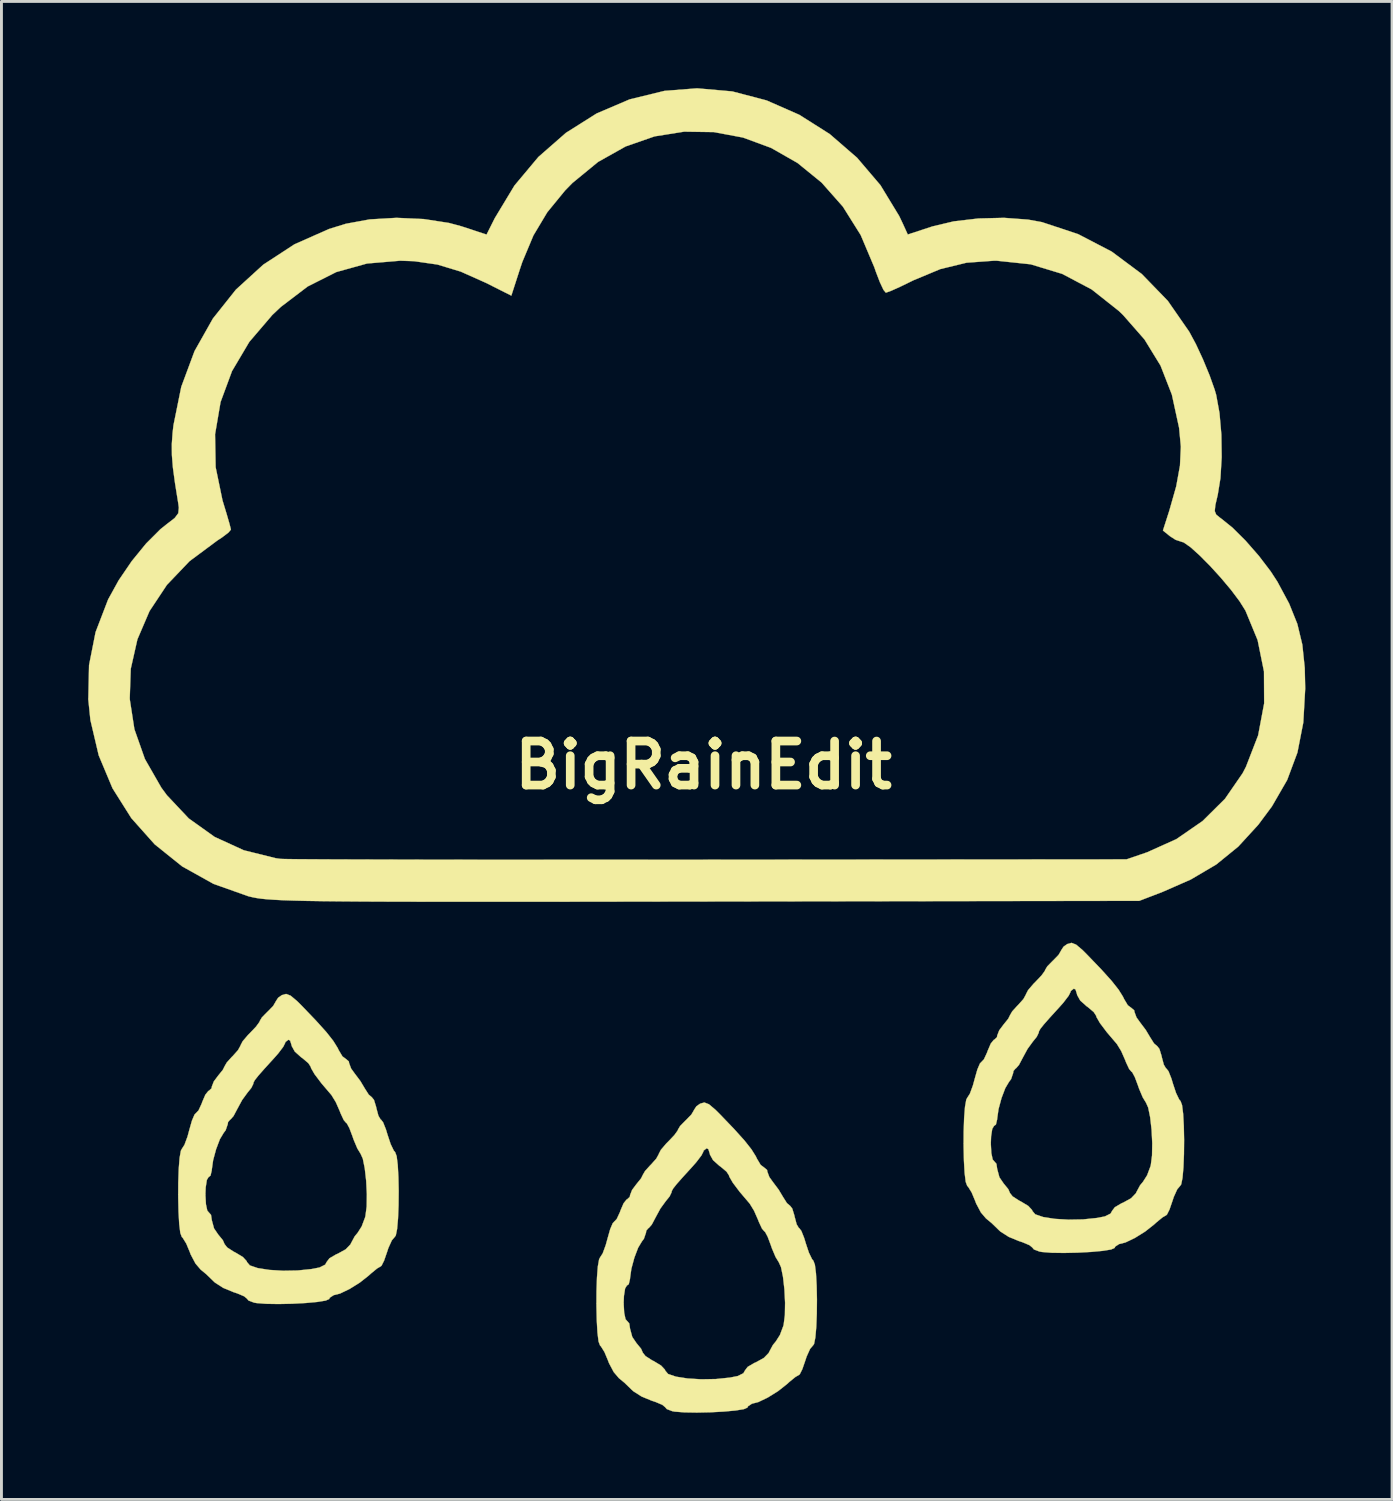
<source format=kicad_pcb>
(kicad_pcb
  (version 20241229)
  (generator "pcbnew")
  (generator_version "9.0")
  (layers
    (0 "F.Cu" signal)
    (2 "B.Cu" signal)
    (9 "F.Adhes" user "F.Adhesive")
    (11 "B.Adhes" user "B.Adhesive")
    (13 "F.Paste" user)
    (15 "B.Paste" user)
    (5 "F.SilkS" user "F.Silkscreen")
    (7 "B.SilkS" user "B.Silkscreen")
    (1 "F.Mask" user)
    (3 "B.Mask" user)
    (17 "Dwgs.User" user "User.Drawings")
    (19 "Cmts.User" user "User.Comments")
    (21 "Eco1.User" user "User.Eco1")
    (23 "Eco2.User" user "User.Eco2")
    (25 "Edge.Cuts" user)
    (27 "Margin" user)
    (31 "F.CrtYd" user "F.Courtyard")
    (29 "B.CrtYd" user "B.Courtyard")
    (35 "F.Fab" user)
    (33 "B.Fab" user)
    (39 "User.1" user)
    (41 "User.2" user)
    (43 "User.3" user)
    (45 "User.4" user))
  (footprint "BigRainEdit"
    (layer "F.Cu")
    (at 21.283 23.417)
    (property "Reference" "BigRainEdit" (at 0 0 0) (layer "F.SilkS") (effects (font (size 1.524 1.524) (thickness 0.3))))
    (attr through_hole)
    (fp_poly (pts (xy -14.278 7.974) (xy -14.053 8.164) (xy -13.892 8.325) (xy -13.401 8.837) (xy -13.047 9.23) (xy -12.807 9.534) (xy -12.655 9.778) (xy -12.618 9.856) (xy -12.489 10.072) (xy -12.371 10.16) (xy -12.267 10.248) (xy -12.258 10.305) (xy -12.189 10.492) (xy -12.065 10.664) (xy -11.867 10.927) (xy -11.715 11.182) (xy -11.58 11.394) (xy -11.473 11.485) (xy -11.472 11.485) (xy -11.396 11.582) (xy -11.323 11.819) (xy -11.312 11.872) (xy -11.244 12.126) (xy -11.168 12.255) (xy -11.156 12.258) (xy -11.081 12.355) (xy -10.983 12.601) (xy -10.928 12.783) (xy -10.821 13.105) (xy -10.712 13.332) (xy -10.665 13.386) (xy -10.613 13.525) (xy -10.575 13.829) (xy -10.552 14.247) (xy -10.542 14.728) (xy -10.547 15.222) (xy -10.565 15.677) (xy -10.597 16.042) (xy -10.642 16.267) (xy -10.674 16.313) (xy -10.779 16.437) (xy -10.898 16.699) (xy -10.947 16.847) (xy -11.047 17.137) (xy -11.136 17.314) (xy -11.166 17.338) (xy -11.286 17.407) (xy -11.497 17.58) (xy -11.58 17.655) (xy -11.885 17.896) (xy -12.24 18.118) (xy -12.571 18.277) (xy -12.79 18.332) (xy -12.924 18.419) (xy -12.947 18.467) (xy -13.068 18.52) (xy -13.356 18.567) (xy -13.759 18.604) (xy -14.224 18.629) (xy -14.697 18.639) (xy -15.127 18.632) (xy -15.459 18.606) (xy -15.544 18.591) (xy -15.737 18.518) (xy -15.792 18.452) (xy -15.888 18.372) (xy -16.129 18.27) (xy -16.26 18.227) (xy -16.608 18.083) (xy -16.896 17.899) (xy -16.951 17.848) (xy -17.198 17.608) (xy -17.394 17.446) (xy -17.571 17.239) (xy -17.736 16.927) (xy -17.768 16.841) (xy -17.891 16.547) (xy -18.013 16.35) (xy -18.044 16.32) (xy -18.096 16.181) (xy -18.134 15.872) (xy -18.158 15.446) (xy -18.169 14.952) (xy -18.169 14.853) (xy -17.228 14.853) (xy -17.21 15.186) (xy -17.163 15.407) (xy -17.117 15.461) (xy -17.034 15.555) (xy -17.007 15.737) (xy -16.93 16.023) (xy -16.786 16.234) (xy -16.624 16.432) (xy -16.565 16.567) (xy -16.475 16.682) (xy -16.251 16.827) (xy -16.179 16.864) (xy -15.93 17.014) (xy -15.799 17.157) (xy -15.792 17.185) (xy -15.69 17.304) (xy -15.416 17.397) (xy -15.018 17.459) (xy -14.543 17.488) (xy -14.039 17.479) (xy -13.554 17.429) (xy -13.28 17.375) (xy -13.086 17.278) (xy -13.031 17.181) (xy -12.938 17.058) (xy -12.708 16.923) (xy -12.646 16.897) (xy -12.375 16.747) (xy -12.208 16.573) (xy -12.197 16.546) (xy -12.065 16.3) (xy -11.962 16.175) (xy -11.822 15.954) (xy -11.704 15.64) (xy -11.693 15.594) (xy -11.65 15.267) (xy -11.644 14.84) (xy -11.667 14.378) (xy -11.716 13.946) (xy -11.784 13.609) (xy -11.861 13.44) (xy -11.973 13.257) (xy -12.1 12.957) (xy -12.141 12.838) (xy -12.247 12.556) (xy -12.337 12.389) (xy -12.364 12.369) (xy -12.443 12.276) (xy -12.551 12.045) (xy -12.579 11.971) (xy -12.717 11.657) (xy -12.867 11.412) (xy -12.885 11.391) (xy -13.214 11.005) (xy -13.453 10.688) (xy -13.574 10.478) (xy -13.584 10.436) (xy -13.668 10.307) (xy -13.873 10.133) (xy -13.915 10.105) (xy -14.136 9.907) (xy -14.244 9.713) (xy -14.246 9.691) (xy -14.298 9.527) (xy -14.357 9.497) (xy -14.464 9.58) (xy -14.467 9.606) (xy -14.536 9.743) (xy -14.713 9.976) (xy -14.849 10.13) (xy -15.186 10.5) (xy -15.399 10.742) (xy -15.516 10.89) (xy -15.564 10.978) (xy -15.571 11.023) (xy -15.639 11.163) (xy -15.771 11.326) (xy -15.957 11.581) (xy -16.127 11.895) (xy -16.129 11.899) (xy -16.255 12.137) (xy -16.359 12.255) (xy -16.371 12.258) (xy -16.446 12.348) (xy -16.455 12.416) (xy -16.527 12.627) (xy -16.597 12.72) (xy -16.727 12.937) (xy -16.858 13.283) (xy -16.961 13.664) (xy -17.007 13.989) (xy -17.007 14.01) (xy -17.051 14.198) (xy -17.117 14.246) (xy -17.178 14.346) (xy -17.218 14.604) (xy -17.228 14.853) (xy -18.169 14.853) (xy -18.167 14.444) (xy -18.151 13.971) (xy -18.121 13.585) (xy -18.077 13.337) (xy -18.045 13.276) (xy -17.952 13.131) (xy -17.846 12.844) (xy -17.785 12.617) (xy -17.694 12.296) (xy -17.604 12.085) (xy -17.557 12.037) (xy -17.466 11.943) (xy -17.359 11.711) (xy -17.338 11.651) (xy -17.23 11.399) (xy -17.126 11.269) (xy -17.109 11.264) (xy -17.015 11.176) (xy -17.007 11.12) (xy -16.937 10.939) (xy -16.786 10.738) (xy -16.626 10.54) (xy -16.563 10.413) (xy -16.489 10.285) (xy -16.311 10.088) (xy -16.287 10.066) (xy -16.101 9.858) (xy -16.014 9.701) (xy -16.013 9.691) (xy -15.939 9.549) (xy -15.755 9.333) (xy -15.682 9.26) (xy -15.475 9.042) (xy -15.359 8.882) (xy -15.35 8.854) (xy -15.275 8.727) (xy -15.091 8.539) (xy -15.074 8.524) (xy -14.885 8.33) (xy -14.799 8.183) (xy -14.798 8.177) (xy -14.712 8.045) (xy -14.583 7.954) (xy -14.437 7.913) (xy -14.278 7.974)) (stroke (width 0.01) (type solid)) (fill yes) (layer "F.SilkS"))
    (fp_poly (pts (xy 0.189 11.729) (xy 0.414 11.919) (xy 0.574 12.079) (xy 1.066 12.592) (xy 1.42 12.985) (xy 1.66 13.289) (xy 1.812 13.532) (xy 1.849 13.611) (xy 1.978 13.827) (xy 2.096 13.915) (xy 2.2 14.003) (xy 2.209 14.06) (xy 2.278 14.246) (xy 2.402 14.419) (xy 2.6 14.682) (xy 2.752 14.936) (xy 2.887 15.149) (xy 2.994 15.24) (xy 2.995 15.24) (xy 3.071 15.336) (xy 3.144 15.574) (xy 3.155 15.627) (xy 3.223 15.881) (xy 3.299 16.009) (xy 3.311 16.013) (xy 3.386 16.11) (xy 3.484 16.356) (xy 3.539 16.538) (xy 3.646 16.86) (xy 3.755 17.086) (xy 3.802 17.141) (xy 3.854 17.28) (xy 3.892 17.584) (xy 3.915 18.002) (xy 3.925 18.483) (xy 3.92 18.976) (xy 3.902 19.431) (xy 3.87 19.797) (xy 3.825 20.022) (xy 3.793 20.068) (xy 3.688 20.191) (xy 3.569 20.454) (xy 3.52 20.602) (xy 3.42 20.892) (xy 3.331 21.069) (xy 3.301 21.093) (xy 3.181 21.162) (xy 2.97 21.334) (xy 2.887 21.41) (xy 2.582 21.651) (xy 2.227 21.872) (xy 1.896 22.031) (xy 1.677 22.087) (xy 1.543 22.174) (xy 1.52 22.221) (xy 1.399 22.275) (xy 1.111 22.322) (xy 0.708 22.359) (xy 0.243 22.384) (xy -0.23 22.394) (xy -0.66 22.387) (xy -0.993 22.361) (xy -1.077 22.346) (xy -1.27 22.272) (xy -1.325 22.207) (xy -1.421 22.127) (xy -1.662 22.025) (xy -1.793 21.982) (xy -2.141 21.838) (xy -2.429 21.654) (xy -2.484 21.603) (xy -2.731 21.363) (xy -2.927 21.201) (xy -3.104 20.993) (xy -3.269 20.681) (xy -3.301 20.596) (xy -3.424 20.302) (xy -3.546 20.104) (xy -3.577 20.075) (xy -3.629 19.936) (xy -3.667 19.627) (xy -3.691 19.201) (xy -3.702 18.707) (xy -3.702 18.608) (xy -2.761 18.608) (xy -2.743 18.941) (xy -2.696 19.162) (xy -2.65 19.216) (xy -2.567 19.31) (xy -2.54 19.492) (xy -2.463 19.777) (xy -2.319 19.989) (xy -2.157 20.187) (xy -2.098 20.322) (xy -2.008 20.437) (xy -1.784 20.582) (xy -1.712 20.618) (xy -1.464 20.769) (xy -1.332 20.911) (xy -1.325 20.939) (xy -1.223 21.059) (xy -0.949 21.152) (xy -0.551 21.214) (xy -0.076 21.243) (xy 0.428 21.234) (xy 0.913 21.184) (xy 1.187 21.13) (xy 1.381 21.033) (xy 1.436 20.936) (xy 1.529 20.813) (xy 1.759 20.678) (xy 1.821 20.652) (xy 2.092 20.501) (xy 2.259 20.328) (xy 2.27 20.3) (xy 2.402 20.055) (xy 2.505 19.929) (xy 2.645 19.709) (xy 2.763 19.395) (xy 2.774 19.349) (xy 2.816 19.022) (xy 2.823 18.595) (xy 2.8 18.133) (xy 2.751 17.701) (xy 2.682 17.364) (xy 2.606 17.195) (xy 2.494 17.012) (xy 2.367 16.712) (xy 2.326 16.593) (xy 2.22 16.311) (xy 2.13 16.143) (xy 2.103 16.123) (xy 2.024 16.03) (xy 1.916 15.799) (xy 1.888 15.726) (xy 1.75 15.412) (xy 1.6 15.167) (xy 1.582 15.146) (xy 1.253 14.759) (xy 1.014 14.442) (xy 0.893 14.232) (xy 0.883 14.191) (xy 0.799 14.062) (xy 0.594 13.888) (xy 0.552 13.86) (xy 0.331 13.662) (xy 0.223 13.468) (xy 0.221 13.445) (xy 0.169 13.282) (xy 0.11 13.252) (xy 0.003 13.335) (xy 0 13.361) (xy -0.069 13.498) (xy -0.246 13.73) (xy -0.382 13.885) (xy -0.719 14.255) (xy -0.932 14.496) (xy -1.049 14.645) (xy -1.097 14.733) (xy -1.104 14.777) (xy -1.172 14.918) (xy -1.304 15.081) (xy -1.49 15.336) (xy -1.66 15.65) (xy -1.662 15.654) (xy -1.788 15.892) (xy -1.892 16.01) (xy -1.904 16.013) (xy -1.979 16.102) (xy -1.988 16.171) (xy -2.06 16.382) (xy -2.13 16.475) (xy -2.26 16.692) (xy -2.391 17.037) (xy -2.494 17.418) (xy -2.54 17.744) (xy -2.54 17.765) (xy -2.584 17.953) (xy -2.65 18.001) (xy -2.711 18.101) (xy -2.751 18.358) (xy -2.761 18.608) (xy -3.702 18.608) (xy -3.7 18.198) (xy -3.684 17.725) (xy -3.654 17.339) (xy -3.61 17.092) (xy -3.578 17.03) (xy -3.485 16.885) (xy -3.38 16.598) (xy -3.318 16.372) (xy -3.227 16.051) (xy -3.137 15.84) (xy -3.09 15.792) (xy -3 15.698) (xy -2.892 15.466) (xy -2.871 15.406) (xy -2.763 15.154) (xy -2.659 15.024) (xy -2.642 15.019) (xy -2.548 14.931) (xy -2.54 14.874) (xy -2.47 14.694) (xy -2.319 14.492) (xy -2.159 14.294) (xy -2.096 14.168) (xy -2.022 14.04) (xy -1.844 13.843) (xy -1.82 13.82) (xy -1.634 13.613) (xy -1.547 13.456) (xy -1.546 13.446) (xy -1.472 13.304) (xy -1.288 13.088) (xy -1.215 13.015) (xy -1.008 12.797) (xy -0.892 12.637) (xy -0.883 12.609) (xy -0.808 12.481) (xy -0.624 12.294) (xy -0.607 12.279) (xy -0.418 12.084) (xy -0.332 11.938) (xy -0.331 11.932) (xy -0.245 11.8) (xy -0.116 11.709) (xy 0.03 11.668) (xy 0.189 11.729)) (stroke (width 0.01) (type solid)) (fill yes) (layer "F.SilkS"))
    (fp_poly (pts (xy 12.889 6.207) (xy 13.114 6.397) (xy 13.274 6.558) (xy 13.766 7.07) (xy 14.12 7.463) (xy 14.36 7.767) (xy 14.512 8.011) (xy 14.549 8.089) (xy 14.678 8.305) (xy 14.796 8.393) (xy 14.9 8.481) (xy 14.909 8.538) (xy 14.978 8.725) (xy 15.102 8.897) (xy 15.3 9.16) (xy 15.452 9.415) (xy 15.587 9.628) (xy 15.694 9.718) (xy 15.695 9.718) (xy 15.771 9.815) (xy 15.844 10.052) (xy 15.855 10.105) (xy 15.923 10.359) (xy 15.999 10.488) (xy 16.011 10.491) (xy 16.086 10.588) (xy 16.184 10.834) (xy 16.239 11.016) (xy 16.346 11.338) (xy 16.455 11.565) (xy 16.502 11.619) (xy 16.554 11.758) (xy 16.592 12.062) (xy 16.615 12.48) (xy 16.625 12.961) (xy 16.62 13.455) (xy 16.602 13.91) (xy 16.57 14.275) (xy 16.525 14.5) (xy 16.493 14.546) (xy 16.388 14.67) (xy 16.269 14.932) (xy 16.22 15.08) (xy 16.12 15.371) (xy 16.031 15.547) (xy 16.001 15.571) (xy 15.881 15.64) (xy 15.67 15.813) (xy 15.587 15.888) (xy 15.282 16.129) (xy 14.927 16.351) (xy 14.596 16.51) (xy 14.377 16.565) (xy 14.243 16.652) (xy 14.22 16.7) (xy 14.099 16.753) (xy 13.811 16.8) (xy 13.408 16.837) (xy 12.943 16.862) (xy 12.47 16.872) (xy 12.04 16.866) (xy 11.707 16.839) (xy 11.623 16.824) (xy 11.43 16.751) (xy 11.375 16.685) (xy 11.279 16.605) (xy 11.038 16.503) (xy 10.907 16.46) (xy 10.559 16.316) (xy 10.271 16.132) (xy 10.216 16.081) (xy 9.969 15.841) (xy 9.773 15.679) (xy 9.596 15.472) (xy 9.431 15.16) (xy 9.399 15.074) (xy 9.276 14.78) (xy 9.154 14.583) (xy 9.123 14.554) (xy 9.071 14.414) (xy 9.033 14.105) (xy 9.009 13.679) (xy 8.998 13.185) (xy 8.998 13.087) (xy 9.939 13.087) (xy 9.957 13.419) (xy 10.004 13.64) (xy 10.05 13.694) (xy 10.133 13.788) (xy 10.16 13.97) (xy 10.237 14.256) (xy 10.381 14.467) (xy 10.543 14.665) (xy 10.602 14.8) (xy 10.692 14.915) (xy 10.916 15.06) (xy 10.988 15.097) (xy 11.236 15.247) (xy 11.368 15.39) (xy 11.375 15.418) (xy 11.477 15.537) (xy 11.751 15.63) (xy 12.149 15.693) (xy 12.624 15.721) (xy 13.128 15.712) (xy 13.613 15.662) (xy 13.887 15.608) (xy 14.081 15.511) (xy 14.136 15.414) (xy 14.229 15.291) (xy 14.459 15.156) (xy 14.521 15.13) (xy 14.792 14.98) (xy 14.959 14.806) (xy 14.97 14.779) (xy 15.102 14.533) (xy 15.205 14.408) (xy 15.345 14.187) (xy 15.463 13.873) (xy 15.474 13.827) (xy 15.516 13.5) (xy 15.523 13.073) (xy 15.5 12.611) (xy 15.451 12.179) (xy 15.382 11.842) (xy 15.306 11.673) (xy 15.194 11.49) (xy 15.067 11.19) (xy 15.026 11.071) (xy 14.92 10.789) (xy 14.83 10.622) (xy 14.803 10.602) (xy 14.724 10.509) (xy 14.616 10.278) (xy 14.588 10.204) (xy 14.45 9.89) (xy 14.3 9.645) (xy 14.282 9.624) (xy 13.953 9.238) (xy 13.714 8.921) (xy 13.593 8.711) (xy 13.583 8.669) (xy 13.499 8.54) (xy 13.294 8.367) (xy 13.252 8.338) (xy 13.031 8.14) (xy 12.923 7.946) (xy 12.921 7.924) (xy 12.869 7.76) (xy 12.81 7.73) (xy 12.703 7.813) (xy 12.7 7.839) (xy 12.631 7.977) (xy 12.454 8.209) (xy 12.318 8.363) (xy 11.981 8.733) (xy 11.768 8.975) (xy 11.651 9.123) (xy 11.603 9.211) (xy 11.596 9.256) (xy 11.528 9.396) (xy 11.396 9.559) (xy 11.21 9.814) (xy 11.04 10.128) (xy 11.038 10.132) (xy 10.912 10.37) (xy 10.808 10.488) (xy 10.796 10.491) (xy 10.721 10.581) (xy 10.712 10.649) (xy 10.64 10.86) (xy 10.57 10.953) (xy 10.44 11.171) (xy 10.309 11.516) (xy 10.206 11.897) (xy 10.16 12.222) (xy 10.16 12.243) (xy 10.116 12.431) (xy 10.05 12.479) (xy 9.989 12.579) (xy 9.949 12.837) (xy 9.939 13.087) (xy 8.998 13.087) (xy 9 12.677) (xy 9.016 12.204) (xy 9.046 11.818) (xy 9.09 11.57) (xy 9.122 11.509) (xy 9.215 11.364) (xy 9.32 11.077) (xy 9.382 10.85) (xy 9.473 10.529) (xy 9.563 10.318) (xy 9.61 10.27) (xy 9.7 10.176) (xy 9.808 9.944) (xy 9.829 9.884) (xy 9.937 9.632) (xy 10.041 9.502) (xy 10.058 9.497) (xy 10.152 9.409) (xy 10.16 9.353) (xy 10.23 9.172) (xy 10.381 8.971) (xy 10.541 8.773) (xy 10.604 8.646) (xy 10.678 8.518) (xy 10.856 8.321) (xy 10.88 8.299) (xy 11.066 8.091) (xy 11.153 7.934) (xy 11.154 7.924) (xy 11.228 7.782) (xy 11.412 7.566) (xy 11.485 7.493) (xy 11.692 7.275) (xy 11.808 7.115) (xy 11.817 7.087) (xy 11.892 6.96) (xy 12.076 6.772) (xy 12.093 6.757) (xy 12.282 6.563) (xy 12.368 6.416) (xy 12.369 6.41) (xy 12.455 6.278) (xy 12.584 6.187) (xy 12.73 6.146) (xy 12.889 6.207)) (stroke (width 0.01) (type solid)) (fill yes) (layer "F.SilkS"))
    (fp_poly (pts (xy 0.995 -23.305) (xy 2.182 -22.994) (xy 3.315 -22.496) (xy 4.367 -21.83) (xy 5.311 -21.013) (xy 6.121 -20.062) (xy 6.771 -18.993) (xy 6.883 -18.758) (xy 7.067 -18.355) (xy 7.923 -18.636) (xy 8.657 -18.81) (xy 9.511 -18.91) (xy 10.397 -18.932) (xy 11.226 -18.871) (xy 11.706 -18.784) (xy 12.962 -18.367) (xy 14.121 -17.764) (xy 15.16 -16.99) (xy 16.061 -16.061) (xy 16.802 -14.993) (xy 17.035 -14.56) (xy 17.28 -14.031) (xy 17.507 -13.481) (xy 17.68 -12.995) (xy 17.734 -12.81) (xy 17.849 -12.179) (xy 17.914 -11.433) (xy 17.925 -10.655) (xy 17.882 -9.928) (xy 17.789 -9.355) (xy 17.706 -8.998) (xy 17.685 -8.789) (xy 17.736 -8.665) (xy 17.867 -8.559) (xy 17.899 -8.537) (xy 18.298 -8.216) (xy 18.753 -7.763) (xy 19.211 -7.239) (xy 19.62 -6.703) (xy 19.852 -6.346) (xy 20.259 -5.588) (xy 20.541 -4.887) (xy 20.714 -4.17) (xy 20.798 -3.365) (xy 20.814 -2.65) (xy 20.748 -1.476) (xy 20.545 -0.438) (xy 20.19 0.513) (xy 19.663 1.426) (xy 19.19 2.062) (xy 18.499 2.816) (xy 17.738 3.435) (xy 16.856 3.955) (xy 15.885 4.381) (xy 15.074 4.693) (xy 0.055 4.716) (xy -2.072 4.719) (xy -3.989 4.722) (xy -5.709 4.724) (xy -7.242 4.724) (xy -8.601 4.724) (xy -9.796 4.723) (xy -10.84 4.721) (xy -11.743 4.717) (xy -12.518 4.711) (xy -13.175 4.704) (xy -13.727 4.695) (xy -14.184 4.684) (xy -14.559 4.671) (xy -14.862 4.655) (xy -15.106 4.638) (xy -15.302 4.618) (xy -15.461 4.595) (xy -15.595 4.569) (xy -15.715 4.541) (xy -15.752 4.531) (xy -16.948 4.106) (xy -18.03 3.503) (xy -18.983 2.738) (xy -19.791 1.831) (xy -20.441 0.8) (xy -20.918 -0.337) (xy -21.206 -1.561) (xy -21.278 -2.264) (xy -21.278 -2.29) (xy -19.846 -2.29) (xy -19.684 -1.243) (xy -19.321 -0.213) (xy -18.753 0.778) (xy -18.559 1.041) (xy -17.804 1.843) (xy -16.909 2.482) (xy -15.899 2.944) (xy -14.795 3.218) (xy -14.633 3.241) (xy -14.483 3.246) (xy -14.126 3.251) (xy -13.575 3.255) (xy -12.843 3.259) (xy -11.943 3.262) (xy -10.889 3.265) (xy -9.694 3.268) (xy -8.371 3.27) (xy -6.934 3.271) (xy -5.396 3.272) (xy -3.77 3.272) (xy -2.07 3.272) (xy -0.309 3.271) (xy 0.166 3.27) (xy 14.633 3.258) (xy 15.35 3.012) (xy 16.356 2.559) (xy 17.263 1.933) (xy 18.038 1.165) (xy 18.647 0.282) (xy 18.764 0.058) (xy 19.186 -1.031) (xy 19.394 -2.137) (xy 19.388 -3.24) (xy 19.168 -4.325) (xy 18.747 -5.346) (xy 18.544 -5.67) (xy 18.251 -6.06) (xy 17.9 -6.478) (xy 17.527 -6.888) (xy 17.165 -7.253) (xy 16.85 -7.537) (xy 16.614 -7.703) (xy 16.528 -7.73) (xy 16.328 -7.796) (xy 16.131 -7.924) (xy 15.893 -8.117) (xy 16.114 -8.805) (xy 16.352 -9.643) (xy 16.482 -10.359) (xy 16.513 -11.016) (xy 16.452 -11.667) (xy 16.202 -12.816) (xy 15.81 -13.821) (xy 15.256 -14.724) (xy 14.517 -15.567) (xy 14.368 -15.711) (xy 13.43 -16.454) (xy 12.411 -16.993) (xy 11.317 -17.325) (xy 10.152 -17.448) (xy 10.05 -17.449) (xy 9.099 -17.38) (xy 8.194 -17.16) (xy 7.26 -16.771) (xy 7.181 -16.732) (xy 6.803 -16.548) (xy 6.498 -16.411) (xy 6.322 -16.347) (xy 6.307 -16.344) (xy 6.226 -16.442) (xy 6.104 -16.701) (xy 5.961 -17.073) (xy 5.913 -17.214) (xy 5.438 -18.338) (xy 4.823 -19.318) (xy 4.088 -20.15) (xy 3.253 -20.83) (xy 2.34 -21.351) (xy 1.368 -21.709) (xy 0.358 -21.898) (xy -0.668 -21.913) (xy -1.691 -21.75) (xy -2.69 -21.403) (xy -3.645 -20.867) (xy -4.534 -20.137) (xy -4.786 -19.879) (xy -5.403 -19.125) (xy -5.882 -18.324) (xy -6.268 -17.402) (xy -6.354 -17.145) (xy -6.646 -16.241) (xy -7.52 -16.681) (xy -8.398 -17.073) (xy -9.204 -17.317) (xy -10.012 -17.433) (xy -10.491 -17.449) (xy -11.638 -17.352) (xy -12.7 -17.057) (xy -13.689 -16.559) (xy -14.619 -15.851) (xy -14.915 -15.571) (xy -15.71 -14.641) (xy -16.308 -13.631) (xy -16.704 -12.56) (xy -16.894 -11.446) (xy -16.874 -10.307) (xy -16.637 -9.16) (xy -16.622 -9.111) (xy -16.496 -8.696) (xy -16.4 -8.365) (xy -16.35 -8.171) (xy -16.346 -8.146) (xy -16.431 -8.046) (xy -16.649 -7.88) (xy -16.814 -7.772) (xy -17.775 -7.058) (xy -18.559 -6.237) (xy -19.162 -5.328) (xy -19.58 -4.353) (xy -19.81 -3.334) (xy -19.846 -2.29) (xy -21.278 -2.29) (xy -21.253 -3.46) (xy -21.027 -4.602) (xy -20.593 -5.732) (xy -20.228 -6.394) (xy -19.774 -7.06) (xy -19.277 -7.669) (xy -18.786 -8.16) (xy -18.563 -8.338) (xy -18.291 -8.548) (xy -18.166 -8.714) (xy -18.147 -8.908) (xy -18.167 -9.056) (xy -18.279 -9.754) (xy -18.352 -10.292) (xy -18.387 -10.724) (xy -18.39 -11.106) (xy -18.363 -11.494) (xy -18.332 -11.761) (xy -18.063 -13.087) (xy -17.604 -14.322) (xy -16.969 -15.448) (xy -16.172 -16.45) (xy -15.227 -17.312) (xy -14.149 -18.016) (xy -12.951 -18.547) (xy -12.369 -18.727) (xy -11.546 -18.878) (xy -10.62 -18.932) (xy -9.678 -18.89) (xy -8.802 -18.755) (xy -8.362 -18.636) (xy -7.503 -18.353) (xy -7.217 -18.923) (xy -6.537 -20.05) (xy -5.71 -21.038) (xy -4.756 -21.873) (xy -3.696 -22.542) (xy -2.553 -23.03) (xy -1.347 -23.324) (xy -0.221 -23.412) (xy 0.995 -23.305)) (stroke (width 0.01) (type solid)) (fill yes) (layer "F.SilkS")))
  (gr_rect
    (start -3 -3)
    (end 45.102 48.816)
    (stroke (width 0.1) (type default))
    (fill no)
    (layer "Edge.Cuts")))
</source>
